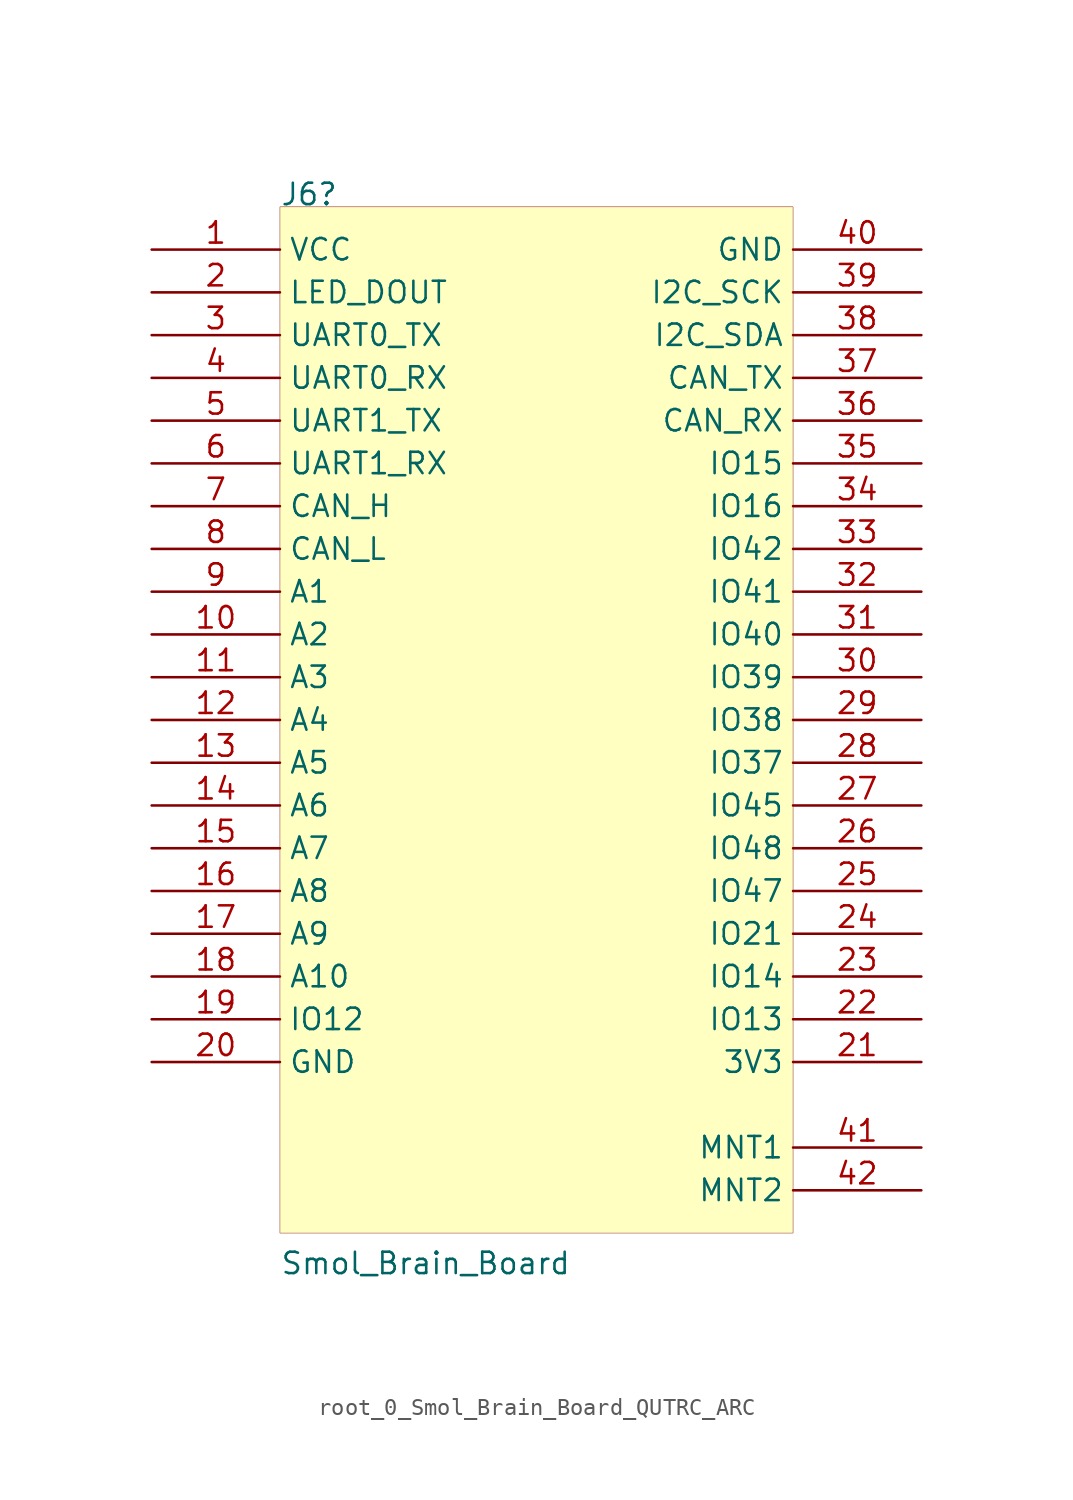
<source format=kicad_sym>
(kicad_symbol_lib
  (version 20241209)
  (generator "kicad_symbol_editor")
  (generator_version "9.99")
  (symbol "root_0_Smol_Brain_Board_QUTRC_ARC"
    (property "Reference" "J6"
      (at 7.62 2.54 0)
      (effects (font (size 1.27 1.27)) (justify left bottom)))
    (property "Value" "Smol_Brain_Board"
      (at 7.62 -60.96 0)
      (effects (font (size 1.27 1.27)) (justify left bottom)))
    (symbol "root_0_Smol_Brain_Board_QUTRC_ARC_1_0"
      (rectangle (start 38.1 2.54) (end 7.62 -58.42) (stroke (width 0.025) (type solid) (color 128 0 0 1)) (fill (type background)))
      (pin power_out line (at 0 0 0) (length 7.62) (name "VCC" (effects (font (size 1.27 1.27)))) (number "1" (effects (font (size 1.27 1.27)))))
      (pin bidirectional line (at 0 -2.54 0) (length 7.62) (name "LED_DOUT" (effects (font (size 1.27 1.27)))) (number "2" (effects (font (size 1.27 1.27)))))
      (pin bidirectional line (at 0 -5.08 0) (length 7.62) (name "UART0_TX" (effects (font (size 1.27 1.27)))) (number "3" (effects (font (size 1.27 1.27)))))
      (pin bidirectional line (at 0 -7.62 0) (length 7.62) (name "UART0_RX" (effects (font (size 1.27 1.27)))) (number "4" (effects (font (size 1.27 1.27)))))
      (pin bidirectional line (at 0 -10.16 0) (length 7.62) (name "UART1_TX" (effects (font (size 1.27 1.27)))) (number "5" (effects (font (size 1.27 1.27)))))
      (pin bidirectional line (at 0 -12.7 0) (length 7.62) (name "UART1_RX" (effects (font (size 1.27 1.27)))) (number "6" (effects (font (size 1.27 1.27)))))
      (pin bidirectional line (at 0 -15.24 0) (length 7.62) (name "CAN_H" (effects (font (size 1.27 1.27)))) (number "7" (effects (font (size 1.27 1.27)))))
      (pin bidirectional line (at 0 -17.78 0) (length 7.62) (name "CAN_L" (effects (font (size 1.27 1.27)))) (number "8" (effects (font (size 1.27 1.27)))))
      (pin bidirectional line (at 0 -20.32 0) (length 7.62) (name "A1" (effects (font (size 1.27 1.27)))) (number "9" (effects (font (size 1.27 1.27)))))
      (pin bidirectional line (at 0 -22.86 0) (length 7.62) (name "A2" (effects (font (size 1.27 1.27)))) (number "10" (effects (font (size 1.27 1.27)))))
      (pin bidirectional line (at 0 -25.4 0) (length 7.62) (name "A3" (effects (font (size 1.27 1.27)))) (number "11" (effects (font (size 1.27 1.27)))))
      (pin bidirectional line (at 0 -27.94 0) (length 7.62) (name "A4" (effects (font (size 1.27 1.27)))) (number "12" (effects (font (size 1.27 1.27)))))
      (pin bidirectional line (at 0 -30.48 0) (length 7.62) (name "A5" (effects (font (size 1.27 1.27)))) (number "13" (effects (font (size 1.27 1.27)))))
      (pin bidirectional line (at 0 -33.02 0) (length 7.62) (name "A6" (effects (font (size 1.27 1.27)))) (number "14" (effects (font (size 1.27 1.27)))))
      (pin bidirectional line (at 0 -35.56 0) (length 7.62) (name "A7" (effects (font (size 1.27 1.27)))) (number "15" (effects (font (size 1.27 1.27)))))
      (pin bidirectional line (at 0 -38.1 0) (length 7.62) (name "A8" (effects (font (size 1.27 1.27)))) (number "16" (effects (font (size 1.27 1.27)))))
      (pin bidirectional line (at 0 -40.64 0) (length 7.62) (name "A9" (effects (font (size 1.27 1.27)))) (number "17" (effects (font (size 1.27 1.27)))))
      (pin bidirectional line (at 0 -43.18 0) (length 7.62) (name "A10" (effects (font (size 1.27 1.27)))) (number "18" (effects (font (size 1.27 1.27)))))
      (pin bidirectional line (at 0 -45.72 0) (length 7.62) (name "IO12" (effects (font (size 1.27 1.27)))) (number "19" (effects (font (size 1.27 1.27)))))
      (pin power_in line (at 0 -48.26 0) (length 7.62) (name "GND" (effects (font (size 1.27 1.27)))) (number "20" (effects (font (size 1.27 1.27)))))
      (pin power_in line (at 45.72 0 180) (length 7.62) (name "GND" (effects (font (size 1.27 1.27)))) (number "40" (effects (font (size 1.27 1.27)))))
      (pin bidirectional line (at 45.72 -2.54 180) (length 7.62) (name "I2C_SCK" (effects (font (size 1.27 1.27)))) (number "39" (effects (font (size 1.27 1.27)))))
      (pin bidirectional line (at 45.72 -5.08 180) (length 7.62) (name "I2C_SDA" (effects (font (size 1.27 1.27)))) (number "38" (effects (font (size 1.27 1.27)))))
      (pin bidirectional line (at 45.72 -7.62 180) (length 7.62) (name "CAN_TX" (effects (font (size 1.27 1.27)))) (number "37" (effects (font (size 1.27 1.27)))))
      (pin bidirectional line (at 45.72 -10.16 180) (length 7.62) (name "CAN_RX" (effects (font (size 1.27 1.27)))) (number "36" (effects (font (size 1.27 1.27)))))
      (pin bidirectional line (at 45.72 -12.7 180) (length 7.62) (name "IO15" (effects (font (size 1.27 1.27)))) (number "35" (effects (font (size 1.27 1.27)))))
      (pin bidirectional line (at 45.72 -15.24 180) (length 7.62) (name "IO16" (effects (font (size 1.27 1.27)))) (number "34" (effects (font (size 1.27 1.27)))))
      (pin bidirectional line (at 45.72 -17.78 180) (length 7.62) (name "IO42" (effects (font (size 1.27 1.27)))) (number "33" (effects (font (size 1.27 1.27)))))
      (pin bidirectional line (at 45.72 -20.32 180) (length 7.62) (name "IO41" (effects (font (size 1.27 1.27)))) (number "32" (effects (font (size 1.27 1.27)))))
      (pin bidirectional line (at 45.72 -22.86 180) (length 7.62) (name "IO40" (effects (font (size 1.27 1.27)))) (number "31" (effects (font (size 1.27 1.27)))))
      (pin bidirectional line (at 45.72 -25.4 180) (length 7.62) (name "IO39" (effects (font (size 1.27 1.27)))) (number "30" (effects (font (size 1.27 1.27)))))
      (pin bidirectional line (at 45.72 -27.94 180) (length 7.62) (name "IO38" (effects (font (size 1.27 1.27)))) (number "29" (effects (font (size 1.27 1.27)))))
      (pin bidirectional line (at 45.72 -30.48 180) (length 7.62) (name "IO37" (effects (font (size 1.27 1.27)))) (number "28" (effects (font (size 1.27 1.27)))))
      (pin bidirectional line (at 45.72 -33.02 180) (length 7.62) (name "IO45" (effects (font (size 1.27 1.27)))) (number "27" (effects (font (size 1.27 1.27)))))
      (pin bidirectional line (at 45.72 -35.56 180) (length 7.62) (name "IO48" (effects (font (size 1.27 1.27)))) (number "26" (effects (font (size 1.27 1.27)))))
      (pin bidirectional line (at 45.72 -38.1 180) (length 7.62) (name "IO47" (effects (font (size 1.27 1.27)))) (number "25" (effects (font (size 1.27 1.27)))))
      (pin bidirectional line (at 45.72 -40.64 180) (length 7.62) (name "IO21" (effects (font (size 1.27 1.27)))) (number "24" (effects (font (size 1.27 1.27)))))
      (pin bidirectional line (at 45.72 -43.18 180) (length 7.62) (name "IO14" (effects (font (size 1.27 1.27)))) (number "23" (effects (font (size 1.27 1.27)))))
      (pin bidirectional line (at 45.72 -45.72 180) (length 7.62) (name "IO13" (effects (font (size 1.27 1.27)))) (number "22" (effects (font (size 1.27 1.27)))))
      (pin power_in line (at 45.72 -48.26 180) (length 7.62) (name "3V3" (effects (font (size 1.27 1.27)))) (number "21" (effects (font (size 1.27 1.27)))))
      (pin power_in line (at 45.72 -53.34 180) (length 7.62) (name "MNT1" (effects (font (size 1.27 1.27)))) (number "41" (effects (font (size 1.27 1.27)))))
      (pin power_in line (at 45.72 -55.88 180) (length 7.62) (name "MNT2" (effects (font (size 1.27 1.27)))) (number "42" (effects (font (size 1.27 1.27))))))))
</source>
